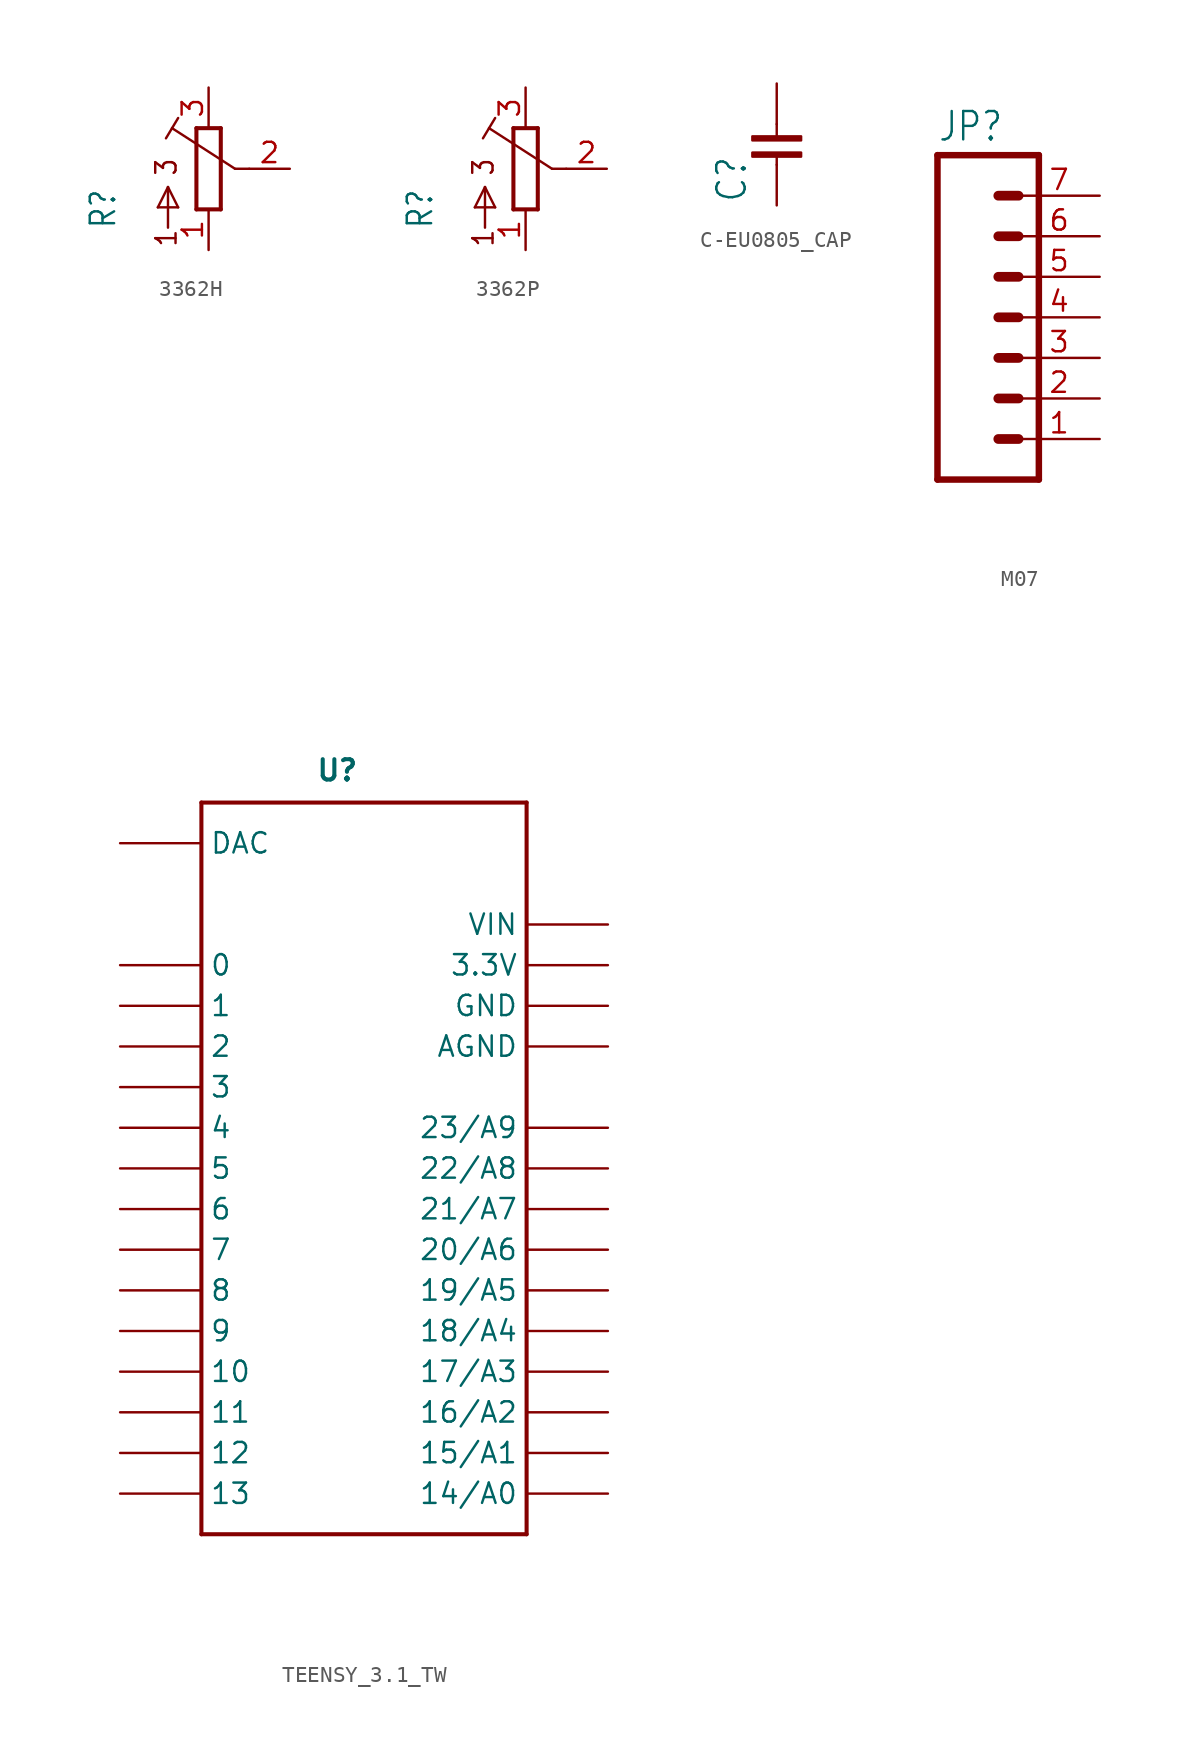
<source format=kicad_sym>
(kicad_symbol_lib
  (version 20220914)
  (generator kicad_symbol_editor)
  (symbol "3362H"
    (property "Reference" "R"
      (at -5.715 -3.81 90)
      (effects (font (size 1.524 1.295)) (justify left bottom)))
    (property "Value" ""
      (at -3.81 -3.81 90)
      (effects (font (size 1.524 1.295)) (justify left bottom)))
    (property "ki_locked" ""
      (at 0 0 0)
      (effects (font (size 1.27 1.27))))
    (symbol "3362H_1_0"
      (polyline (pts (xy -3.175 -2.413) (xy -1.905 -2.413)) (stroke (width 0.152) (type solid)) (fill (type none)))
      (polyline (pts (xy -2.667 1.905) (xy -2.286 2.54)) (stroke (width 0.152) (type solid)) (fill (type none)))
      (polyline (pts (xy -2.54 -3.683) (xy -2.54 -1.143)) (stroke (width 0.152) (type solid)) (fill (type none)))
      (polyline (pts (xy -2.54 -1.143) (xy -3.175 -2.413)) (stroke (width 0.152) (type solid)) (fill (type none)))
      (polyline (pts (xy -2.286 2.54) (xy -1.905 3.175)) (stroke (width 0.152) (type solid)) (fill (type none)))
      (polyline (pts (xy -1.905 -2.413) (xy -2.54 -1.143)) (stroke (width 0.152) (type solid)) (fill (type none)))
      (polyline (pts (xy -0.762 -2.54) (xy 0.762 -2.54)) (stroke (width 0.254) (type solid)) (fill (type none)))
      (polyline (pts (xy -0.762 2.54) (xy -0.762 -2.54)) (stroke (width 0.254) (type solid)) (fill (type none)))
      (polyline (pts (xy 0.762 -2.54) (xy 0.762 2.54)) (stroke (width 0.254) (type solid)) (fill (type none)))
      (polyline (pts (xy 0.762 2.54) (xy -0.762 2.54)) (stroke (width 0.254) (type solid)) (fill (type none)))
      (polyline (pts (xy 1.651 0) (xy -2.286 2.54)) (stroke (width 0.152) (type solid)) (fill (type none)))
      (polyline (pts (xy 2.54 0) (xy 1.651 0)) (stroke (width 0.152) (type solid)) (fill (type none)))
      (text "1" (at -1.905 -4.953 900) (effects (font (size 1.27 1.079)) (justify left bottom)))
      (text "3" (at -1.905 -0.508 900) (effects (font (size 1.27 1.079)) (justify left bottom)))
      (pin passive line (at 0 -5.08 90) (length 2.54) (name "1" (effects (font (size 0 0)))) (number "1" (effects (font (size 1.27 1.27)))))
      (pin passive line (at 5.08 0 180) (length 2.54) (name "2" (effects (font (size 0 0)))) (number "2" (effects (font (size 1.27 1.27)))))
      (pin passive line (at 0 5.08 270) (length 2.54) (name "3" (effects (font (size 0 0)))) (number "3" (effects (font (size 1.27 1.27)))))))
  (symbol "3362P"
    (property "Reference" "R"
      (at -5.715 -3.81 90)
      (effects (font (size 1.524 1.295)) (justify left bottom)))
    (property "Value" ""
      (at -3.81 -3.81 90)
      (effects (font (size 1.524 1.295)) (justify left bottom)))
    (property "ki_locked" ""
      (at 0 0 0)
      (effects (font (size 1.27 1.27))))
    (symbol "3362P_1_0"
      (polyline (pts (xy -3.175 -2.413) (xy -1.905 -2.413)) (stroke (width 0.152) (type solid)) (fill (type none)))
      (polyline (pts (xy -2.667 1.905) (xy -2.286 2.54)) (stroke (width 0.152) (type solid)) (fill (type none)))
      (polyline (pts (xy -2.54 -3.683) (xy -2.54 -1.143)) (stroke (width 0.152) (type solid)) (fill (type none)))
      (polyline (pts (xy -2.54 -1.143) (xy -3.175 -2.413)) (stroke (width 0.152) (type solid)) (fill (type none)))
      (polyline (pts (xy -2.286 2.54) (xy -1.905 3.175)) (stroke (width 0.152) (type solid)) (fill (type none)))
      (polyline (pts (xy -1.905 -2.413) (xy -2.54 -1.143)) (stroke (width 0.152) (type solid)) (fill (type none)))
      (polyline (pts (xy -0.762 -2.54) (xy 0.762 -2.54)) (stroke (width 0.254) (type solid)) (fill (type none)))
      (polyline (pts (xy -0.762 2.54) (xy -0.762 -2.54)) (stroke (width 0.254) (type solid)) (fill (type none)))
      (polyline (pts (xy 0.762 -2.54) (xy 0.762 2.54)) (stroke (width 0.254) (type solid)) (fill (type none)))
      (polyline (pts (xy 0.762 2.54) (xy -0.762 2.54)) (stroke (width 0.254) (type solid)) (fill (type none)))
      (polyline (pts (xy 1.651 0) (xy -2.286 2.54)) (stroke (width 0.152) (type solid)) (fill (type none)))
      (polyline (pts (xy 2.54 0) (xy 1.651 0)) (stroke (width 0.152) (type solid)) (fill (type none)))
      (text "1" (at -1.905 -4.953 900) (effects (font (size 1.27 1.079)) (justify left bottom)))
      (text "3" (at -1.905 -0.508 900) (effects (font (size 1.27 1.079)) (justify left bottom)))
      (pin passive line (at 0 -5.08 90) (length 2.54) (name "1" (effects (font (size 0 0)))) (number "1" (effects (font (size 1.27 1.27)))))
      (pin passive line (at 5.08 0 180) (length 2.54) (name "2" (effects (font (size 0 0)))) (number "2" (effects (font (size 1.27 1.27)))))
      (pin passive line (at 0 5.08 270) (length 2.54) (name "3" (effects (font (size 0 0)))) (number "3" (effects (font (size 1.27 1.27)))))))
  (symbol "C-EU0805_CAP"
    (property "Reference" "C"
      (at -1.778 -4.953 90)
      (effects (font (size 1.778 1.511)) (justify left bottom)))
    (property "Value" ""
      (at 3.81 -5.207 90)
      (effects (font (size 1.778 1.511)) (justify left bottom)))
    (property "ki_locked" ""
      (at 0 0 0)
      (effects (font (size 1.27 1.27))))
    (symbol "C-EU0805_CAP_1_0"
      (rectangle (start -1.524 -2.032) (end 1.524 -1.778) (stroke (width 0) (type default)) (fill (type outline)))
      (rectangle (start -1.524 -1.016) (end 1.524 -0.762) (stroke (width 0) (type default)) (fill (type outline)))
      (polyline (pts (xy 0 -2.54) (xy 0 -2.032)) (stroke (width 0.152) (type solid)) (fill (type none)))
      (polyline (pts (xy 0 0) (xy 0 -0.762)) (stroke (width 0.152) (type solid)) (fill (type none)))
      (pin passive line (at 0 2.54 270) (length 2.54) (name "1" (effects (font (size 0 0)))) (number "1" (effects (font (size 0 0)))))
      (pin passive line (at 0 -5.08 90) (length 2.54) (name "2" (effects (font (size 0 0)))) (number "2" (effects (font (size 0 0)))))))
  (symbol "M07"
    (property "Reference" "JP"
      (at -5.08 13.462 0)
      (effects (font (size 1.778 1.511)) (justify left bottom)))
    (property "Value" ""
      (at -5.08 -10.16 0)
      (effects (font (size 1.778 1.511)) (justify left bottom)))
    (property "ki_locked" ""
      (at 0 0 0)
      (effects (font (size 1.27 1.27))))
    (symbol "M07_1_0"
      (polyline (pts (xy -5.08 12.7) (xy -5.08 -7.62)) (stroke (width 0.406) (type solid)) (fill (type none)))
      (polyline (pts (xy -5.08 12.7) (xy 1.27 12.7)) (stroke (width 0.406) (type solid)) (fill (type none)))
      (polyline (pts (xy -1.27 -5.08) (xy 0 -5.08)) (stroke (width 0.61) (type solid)) (fill (type none)))
      (polyline (pts (xy -1.27 -2.54) (xy 0 -2.54)) (stroke (width 0.61) (type solid)) (fill (type none)))
      (polyline (pts (xy -1.27 0) (xy 0 0)) (stroke (width 0.61) (type solid)) (fill (type none)))
      (polyline (pts (xy -1.27 2.54) (xy 0 2.54)) (stroke (width 0.61) (type solid)) (fill (type none)))
      (polyline (pts (xy -1.27 5.08) (xy 0 5.08)) (stroke (width 0.61) (type solid)) (fill (type none)))
      (polyline (pts (xy -1.27 7.62) (xy 0 7.62)) (stroke (width 0.61) (type solid)) (fill (type none)))
      (polyline (pts (xy -1.27 10.16) (xy 0 10.16)) (stroke (width 0.61) (type solid)) (fill (type none)))
      (polyline (pts (xy 1.27 -7.62) (xy -5.08 -7.62)) (stroke (width 0.406) (type solid)) (fill (type none)))
      (polyline (pts (xy 1.27 -7.62) (xy 1.27 12.7)) (stroke (width 0.406) (type solid)) (fill (type none)))
      (pin passive line (at 5.08 -5.08 180) (length 5.08) (name "1" (effects (font (size 0 0)))) (number "1" (effects (font (size 1.27 1.27)))))
      (pin passive line (at 5.08 -2.54 180) (length 5.08) (name "2" (effects (font (size 0 0)))) (number "2" (effects (font (size 1.27 1.27)))))
      (pin passive line (at 5.08 0 180) (length 5.08) (name "3" (effects (font (size 0 0)))) (number "3" (effects (font (size 1.27 1.27)))))
      (pin passive line (at 5.08 2.54 180) (length 5.08) (name "4" (effects (font (size 0 0)))) (number "4" (effects (font (size 1.27 1.27)))))
      (pin passive line (at 5.08 5.08 180) (length 5.08) (name "5" (effects (font (size 0 0)))) (number "5" (effects (font (size 1.27 1.27)))))
      (pin passive line (at 5.08 7.62 180) (length 5.08) (name "6" (effects (font (size 0 0)))) (number "6" (effects (font (size 1.27 1.27)))))
      (pin passive line (at 5.08 10.16 180) (length 5.08) (name "7" (effects (font (size 0 0)))) (number "7" (effects (font (size 1.27 1.27)))))))
  (symbol "TEENSY_3.1_TW"
    (property "Reference" "U"
      (at -3.048 24.13 0)
      (effects (font (size 1.27 1.27) bold) (justify left bottom)))
    (property "Value" ""
      (at -2.794 -25.4 0)
      (effects (font (size 1.27 1.27) bold) (justify left bottom)))
    (property "ki_locked" ""
      (at 0 0 0)
      (effects (font (size 1.27 1.27))))
    (symbol "TEENSY_3.1_TW_1_0"
      (polyline (pts (xy -10.16 -22.86) (xy 10.16 -22.86)) (stroke (width 0.254) (type solid)) (fill (type none)))
      (polyline (pts (xy -10.16 22.86) (xy -10.16 -22.86)) (stroke (width 0.254) (type solid)) (fill (type none)))
      (polyline (pts (xy 10.16 -22.86) (xy 10.16 22.86)) (stroke (width 0.254) (type solid)) (fill (type none)))
      (polyline (pts (xy 10.16 22.86) (xy -10.16 22.86)) (stroke (width 0.254) (type solid)) (fill (type none)))
      (pin bidirectional line (at -15.24 12.7 0) (length 5.08) (name "0" (effects (font (size 1.27 1.27)))) (number "0" (effects (font (size 0 0)))))
      (pin bidirectional line (at -15.24 10.16 0) (length 5.08) (name "1" (effects (font (size 1.27 1.27)))) (number "1" (effects (font (size 0 0)))))
      (pin bidirectional line (at -15.24 -12.7 0) (length 5.08) (name "10" (effects (font (size 1.27 1.27)))) (number "10" (effects (font (size 0 0)))))
      (pin bidirectional line (at -15.24 -15.24 0) (length 5.08) (name "11" (effects (font (size 1.27 1.27)))) (number "11" (effects (font (size 0 0)))))
      (pin bidirectional line (at -15.24 -17.78 0) (length 5.08) (name "12" (effects (font (size 1.27 1.27)))) (number "12" (effects (font (size 0 0)))))
      (pin bidirectional line (at -15.24 -20.32 0) (length 5.08) (name "13" (effects (font (size 1.27 1.27)))) (number "13" (effects (font (size 0 0)))))
      (pin bidirectional line (at 15.24 -20.32 180) (length 5.08) (name "14/A0" (effects (font (size 1.27 1.27)))) (number "14/A0" (effects (font (size 0 0)))))
      (pin bidirectional line (at 15.24 -17.78 180) (length 5.08) (name "15/A1" (effects (font (size 1.27 1.27)))) (number "15/A1" (effects (font (size 0 0)))))
      (pin bidirectional line (at 15.24 -15.24 180) (length 5.08) (name "16/A2" (effects (font (size 1.27 1.27)))) (number "16/A2" (effects (font (size 0 0)))))
      (pin bidirectional line (at 15.24 -12.7 180) (length 5.08) (name "17/A3" (effects (font (size 1.27 1.27)))) (number "17/A3" (effects (font (size 0 0)))))
      (pin bidirectional line (at 15.24 -10.16 180) (length 5.08) (name "18/A4" (effects (font (size 1.27 1.27)))) (number "18/A4" (effects (font (size 0 0)))))
      (pin bidirectional line (at 15.24 -7.62 180) (length 5.08) (name "19/A5" (effects (font (size 1.27 1.27)))) (number "19/A5" (effects (font (size 0 0)))))
      (pin bidirectional line (at -15.24 7.62 0) (length 5.08) (name "2" (effects (font (size 1.27 1.27)))) (number "2" (effects (font (size 0 0)))))
      (pin bidirectional line (at 15.24 -5.08 180) (length 5.08) (name "20/A6" (effects (font (size 1.27 1.27)))) (number "20/A6" (effects (font (size 0 0)))))
      (pin bidirectional line (at 15.24 -2.54 180) (length 5.08) (name "21/A7" (effects (font (size 1.27 1.27)))) (number "21/A7" (effects (font (size 0 0)))))
      (pin bidirectional line (at 15.24 0 180) (length 5.08) (name "22/A8" (effects (font (size 1.27 1.27)))) (number "22/A8" (effects (font (size 0 0)))))
      (pin bidirectional line (at 15.24 2.54 180) (length 5.08) (name "23/A9" (effects (font (size 1.27 1.27)))) (number "23/A9" (effects (font (size 0 0)))))
      (pin bidirectional line (at -15.24 5.08 0) (length 5.08) (name "3" (effects (font (size 1.27 1.27)))) (number "3" (effects (font (size 0 0)))))
      (pin power_in line (at 15.24 12.7 180) (length 5.08) (name "3.3V" (effects (font (size 1.27 1.27)))) (number "3.3V" (effects (font (size 0 0)))))
      (pin bidirectional line (at -15.24 2.54 0) (length 5.08) (name "4" (effects (font (size 1.27 1.27)))) (number "4" (effects (font (size 0 0)))))
      (pin bidirectional line (at -15.24 0 0) (length 5.08) (name "5" (effects (font (size 1.27 1.27)))) (number "5" (effects (font (size 0 0)))))
      (pin bidirectional line (at -15.24 -2.54 0) (length 5.08) (name "6" (effects (font (size 1.27 1.27)))) (number "6" (effects (font (size 0 0)))))
      (pin bidirectional line (at -15.24 -5.08 0) (length 5.08) (name "7" (effects (font (size 1.27 1.27)))) (number "7" (effects (font (size 0 0)))))
      (pin bidirectional line (at -15.24 -7.62 0) (length 5.08) (name "8" (effects (font (size 1.27 1.27)))) (number "8" (effects (font (size 0 0)))))
      (pin bidirectional line (at -15.24 -10.16 0) (length 5.08) (name "9" (effects (font (size 1.27 1.27)))) (number "9" (effects (font (size 0 0)))))
      (pin power_in line (at 15.24 7.62 180) (length 5.08) (name "AGND" (effects (font (size 1.27 1.27)))) (number "AGND" (effects (font (size 0 0)))))
      (pin bidirectional line (at -15.24 20.32 0) (length 5.08) (name "DAC" (effects (font (size 1.27 1.27)))) (number "DAC" (effects (font (size 0 0)))))
      (pin power_in line (at 15.24 10.16 180) (length 5.08) (name "GND" (effects (font (size 1.27 1.27)))) (number "GND" (effects (font (size 0 0)))))
      (pin power_in line (at 15.24 15.24 180) (length 5.08) (name "VIN" (effects (font (size 1.27 1.27)))) (number "VIN" (effects (font (size 0 0))))))))
</source>
